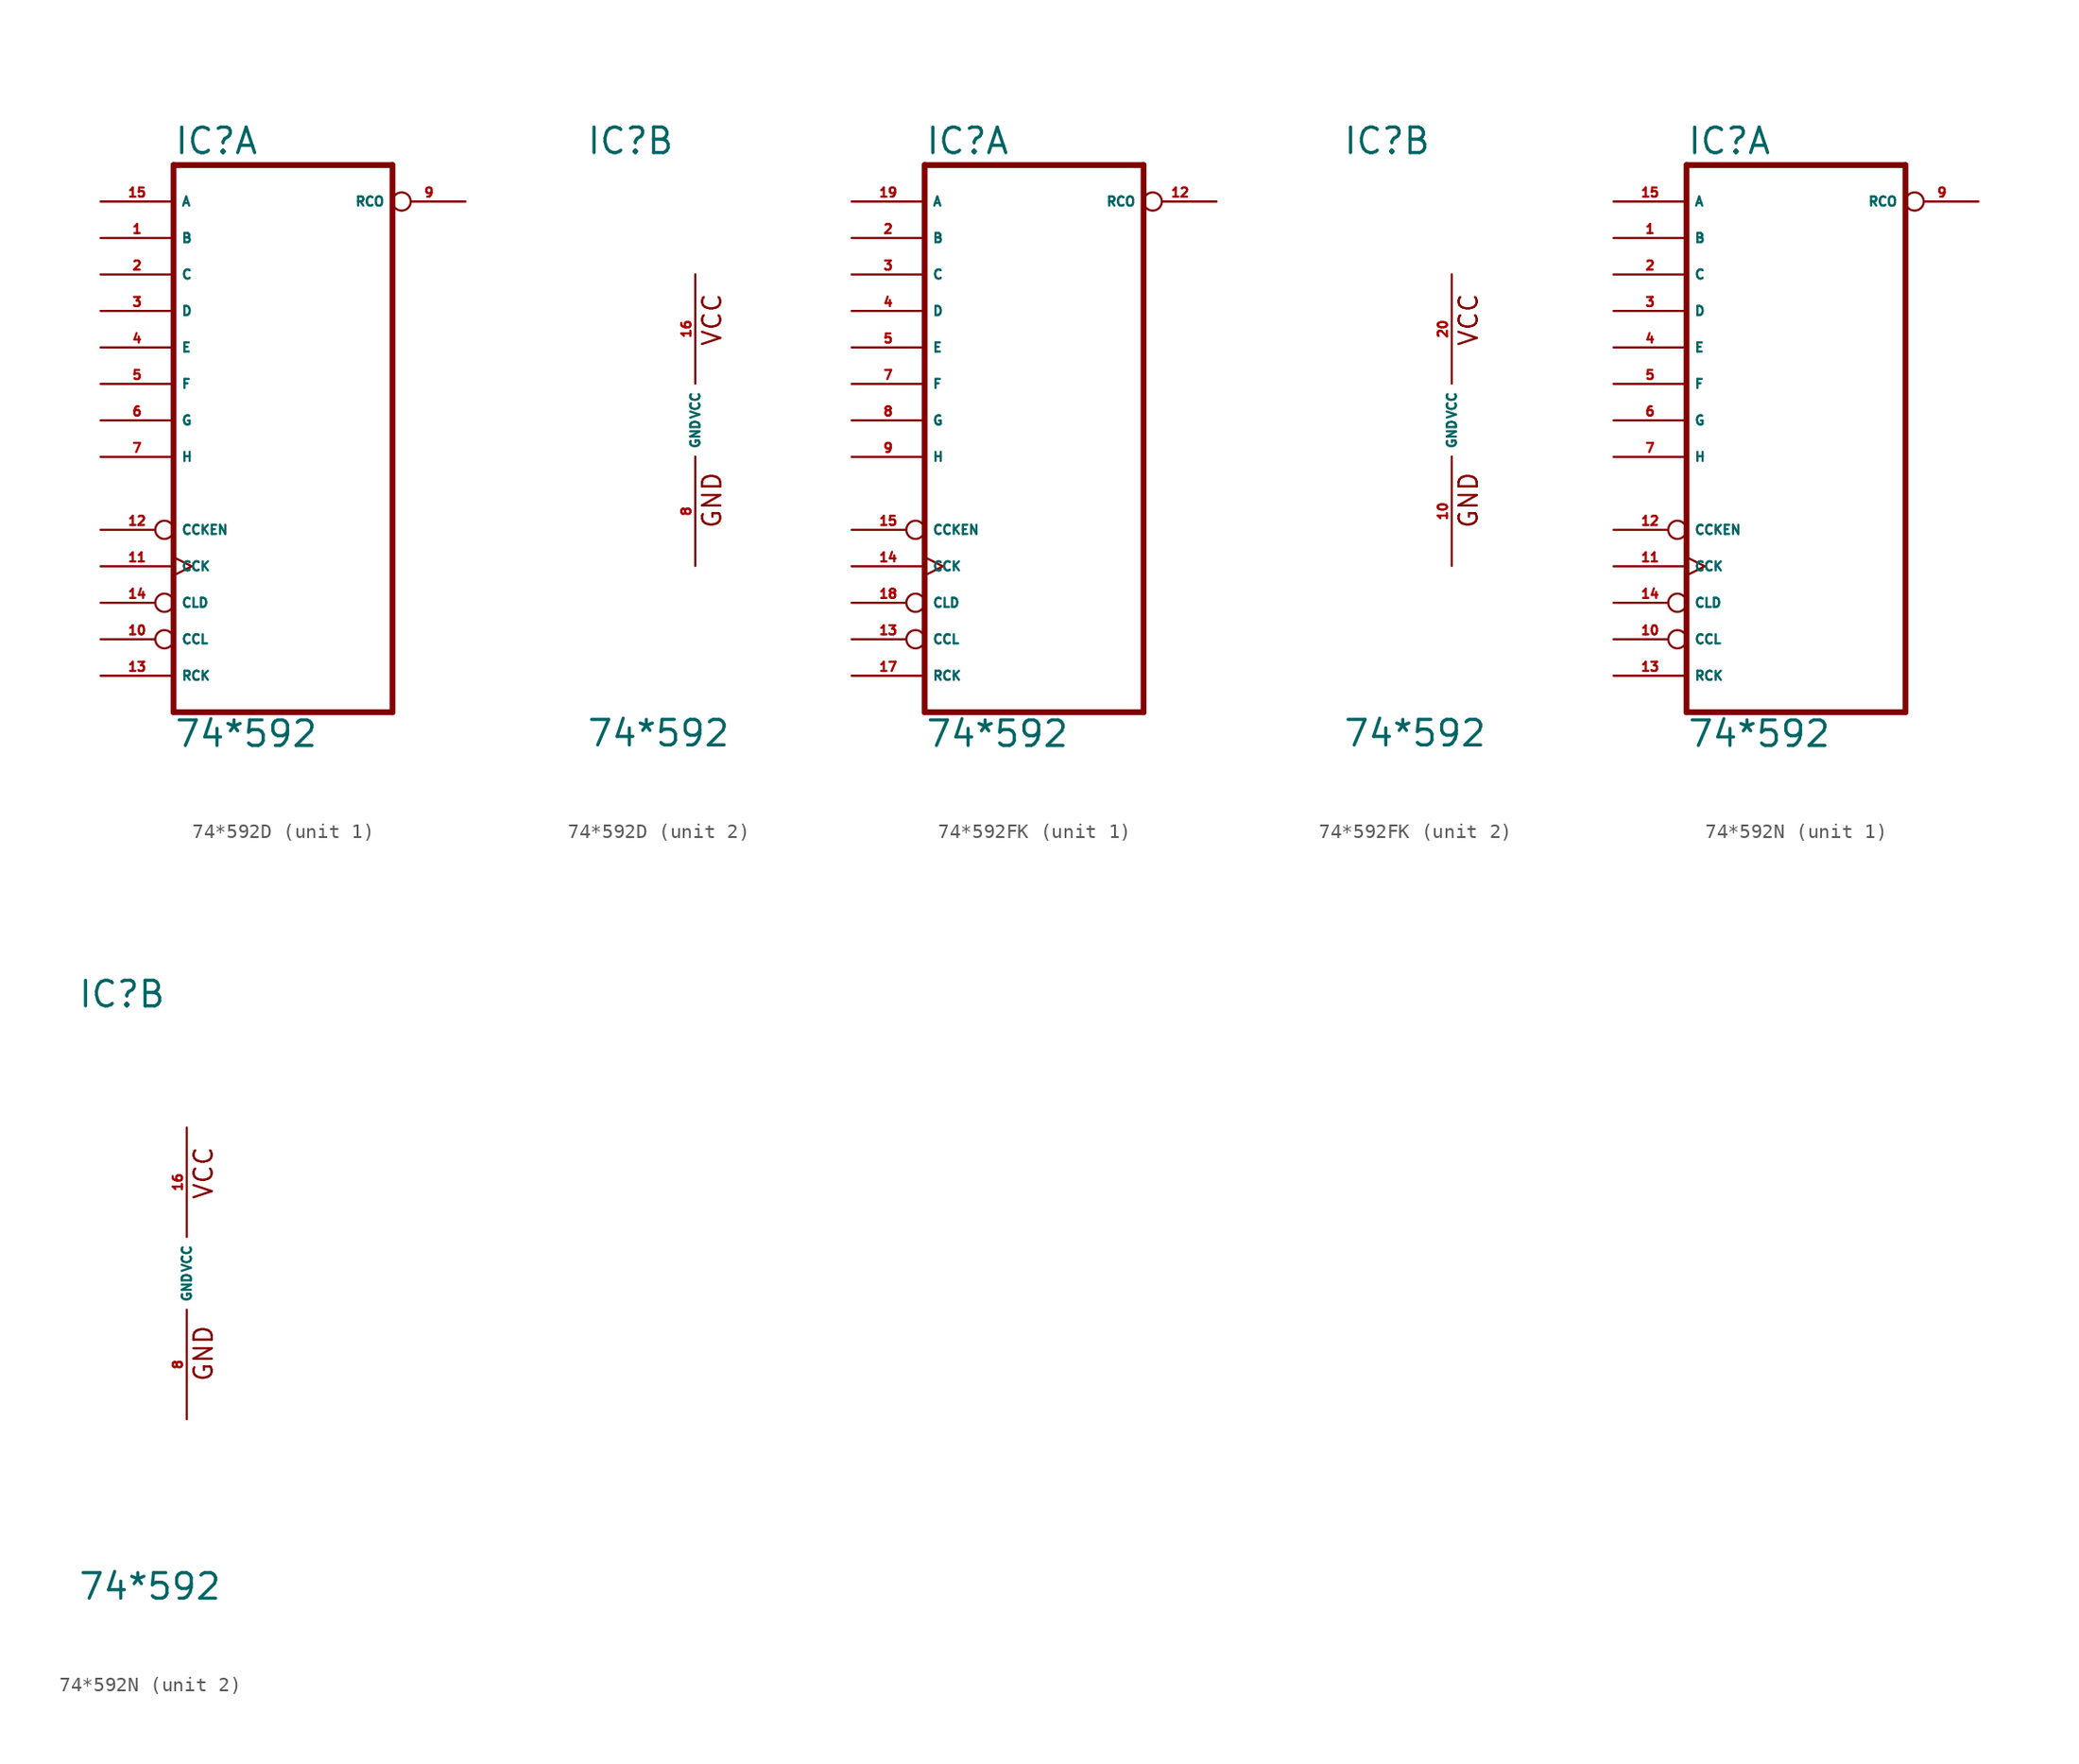
<source format=kicad_sym>
(kicad_symbol_lib
  (version 20220914)
  (generator Eagle2Kicad)
  (symbol "74*592D"
    (property "Reference" "IC"
      (at -7.62 18.415 0)
      (effects (font (size 1.778 1.778) (thickness 0.22)) (justify left bottom)))
    (property "Value" "74*592"
      (at -7.62 -22.86 0)
      (effects (font (size 1.778 1.778) (thickness 0.22)) (justify left bottom)))
    (symbol "74*592D_1_0"
      (polyline (pts (xy -7.62 -20.32) (xy 7.62 -20.32)) (stroke (width 0.406) (type default)) (fill (type none)))
      (polyline (pts (xy 7.62 -20.32) (xy 7.62 17.78)) (stroke (width 0.406) (type default)) (fill (type none)))
      (polyline (pts (xy 7.62 17.78) (xy -7.62 17.78)) (stroke (width 0.406) (type default)) (fill (type none)))
      (polyline (pts (xy -7.62 17.78) (xy -7.62 -20.32)) (stroke (width 0.406) (type default)) (fill (type none)))
      (pin input line (at -12.7 12.7 0) (length 5.08) (name "B" (effects (font (size 0.635 0.635) (thickness 0.08)) (justify left bottom))) (number "1" (effects (font (size 0.635 0.635) (thickness 0.08)) (justify left bottom))))
      (pin input line (at -12.7 10.16 0) (length 5.08) (name "C" (effects (font (size 0.635 0.635) (thickness 0.08)) (justify left bottom))) (number "2" (effects (font (size 0.635 0.635) (thickness 0.08)) (justify left bottom))))
      (pin input line (at -12.7 7.62 0) (length 5.08) (name "D" (effects (font (size 0.635 0.635) (thickness 0.08)) (justify left bottom))) (number "3" (effects (font (size 0.635 0.635) (thickness 0.08)) (justify left bottom))))
      (pin input line (at -12.7 5.08 0) (length 5.08) (name "E" (effects (font (size 0.635 0.635) (thickness 0.08)) (justify left bottom))) (number "4" (effects (font (size 0.635 0.635) (thickness 0.08)) (justify left bottom))))
      (pin input line (at -12.7 2.54 0) (length 5.08) (name "F" (effects (font (size 0.635 0.635) (thickness 0.08)) (justify left bottom))) (number "5" (effects (font (size 0.635 0.635) (thickness 0.08)) (justify left bottom))))
      (pin input line (at -12.7 0 0) (length 5.08) (name "G" (effects (font (size 0.635 0.635) (thickness 0.08)) (justify left bottom))) (number "6" (effects (font (size 0.635 0.635) (thickness 0.08)) (justify left bottom))))
      (pin input line (at -12.7 -2.54 0) (length 5.08) (name "H" (effects (font (size 0.635 0.635) (thickness 0.08)) (justify left bottom))) (number "7" (effects (font (size 0.635 0.635) (thickness 0.08)) (justify left bottom))))
      (pin output inverted (at 12.7 15.24 180) (length 5.08) (name "RCO" (effects (font (size 0.635 0.635) (thickness 0.08)) (justify left bottom))) (number "9" (effects (font (size 0.635 0.635) (thickness 0.08)) (justify left bottom))))
      (pin input inverted (at -12.7 -15.24 0) (length 5.08) (name "CCL" (effects (font (size 0.635 0.635) (thickness 0.08)) (justify left bottom))) (number "10" (effects (font (size 0.635 0.635) (thickness 0.08)) (justify left bottom))))
      (pin input clock (at -12.7 -10.16 0) (length 5.08) (name "CCK" (effects (font (size 0.635 0.635) (thickness 0.08)) (justify left bottom))) (number "11" (effects (font (size 0.635 0.635) (thickness 0.08)) (justify left bottom))))
      (pin input inverted (at -12.7 -7.62 0) (length 5.08) (name "CCKEN" (effects (font (size 0.635 0.635) (thickness 0.08)) (justify left bottom))) (number "12" (effects (font (size 0.635 0.635) (thickness 0.08)) (justify left bottom))))
      (pin input line (at -12.7 -17.78 0) (length 5.08) (name "RCK" (effects (font (size 0.635 0.635) (thickness 0.08)) (justify left bottom))) (number "13" (effects (font (size 0.635 0.635) (thickness 0.08)) (justify left bottom))))
      (pin input inverted (at -12.7 -12.7 0) (length 5.08) (name "CLD" (effects (font (size 0.635 0.635) (thickness 0.08)) (justify left bottom))) (number "14" (effects (font (size 0.635 0.635) (thickness 0.08)) (justify left bottom))))
      (pin input line (at -12.7 15.24 0) (length 5.08) (name "A" (effects (font (size 0.635 0.635) (thickness 0.08)) (justify left bottom))) (number "15" (effects (font (size 0.635 0.635) (thickness 0.08)) (justify left bottom)))))
    (symbol "74*592D_2_0"
      (text "GND" (at 1.905 -7.62 900) (effects (font (size 1.27 1.27) (thickness 0.16)) (justify left bottom)))
      (text "VCC" (at 1.905 5.08 900) (effects (font (size 1.27 1.27) (thickness 0.16)) (justify left bottom)))
      (pin unspecified line (at 0 -10.16 90) (length 7.62) (name "GND" (effects (font (size 0.635 0.635) (thickness 0.08)) (justify left bottom))) (number "8" (effects (font (size 0.635 0.635) (thickness 0.08)) (justify left bottom))))
      (pin unspecified line (at 0 10.16 270) (length 7.62) (name "VCC" (effects (font (size 0.635 0.635) (thickness 0.08)) (justify left bottom))) (number "16" (effects (font (size 0.635 0.635) (thickness 0.08)) (justify left bottom))))))
  (symbol "74*592FK"
    (property "Reference" "IC"
      (at -7.62 18.415 0)
      (effects (font (size 1.778 1.778) (thickness 0.22)) (justify left bottom)))
    (property "Value" "74*592"
      (at -7.62 -22.86 0)
      (effects (font (size 1.778 1.778) (thickness 0.22)) (justify left bottom)))
    (symbol "74*592FK_1_0"
      (polyline (pts (xy -7.62 -20.32) (xy 7.62 -20.32)) (stroke (width 0.406) (type default)) (fill (type none)))
      (polyline (pts (xy 7.62 -20.32) (xy 7.62 17.78)) (stroke (width 0.406) (type default)) (fill (type none)))
      (polyline (pts (xy 7.62 17.78) (xy -7.62 17.78)) (stroke (width 0.406) (type default)) (fill (type none)))
      (polyline (pts (xy -7.62 17.78) (xy -7.62 -20.32)) (stroke (width 0.406) (type default)) (fill (type none)))
      (pin input line (at -12.7 12.7 0) (length 5.08) (name "B" (effects (font (size 0.635 0.635) (thickness 0.08)) (justify left bottom))) (number "2" (effects (font (size 0.635 0.635) (thickness 0.08)) (justify left bottom))))
      (pin input line (at -12.7 10.16 0) (length 5.08) (name "C" (effects (font (size 0.635 0.635) (thickness 0.08)) (justify left bottom))) (number "3" (effects (font (size 0.635 0.635) (thickness 0.08)) (justify left bottom))))
      (pin input line (at -12.7 7.62 0) (length 5.08) (name "D" (effects (font (size 0.635 0.635) (thickness 0.08)) (justify left bottom))) (number "4" (effects (font (size 0.635 0.635) (thickness 0.08)) (justify left bottom))))
      (pin input line (at -12.7 5.08 0) (length 5.08) (name "E" (effects (font (size 0.635 0.635) (thickness 0.08)) (justify left bottom))) (number "5" (effects (font (size 0.635 0.635) (thickness 0.08)) (justify left bottom))))
      (pin input line (at -12.7 2.54 0) (length 5.08) (name "F" (effects (font (size 0.635 0.635) (thickness 0.08)) (justify left bottom))) (number "7" (effects (font (size 0.635 0.635) (thickness 0.08)) (justify left bottom))))
      (pin input line (at -12.7 0 0) (length 5.08) (name "G" (effects (font (size 0.635 0.635) (thickness 0.08)) (justify left bottom))) (number "8" (effects (font (size 0.635 0.635) (thickness 0.08)) (justify left bottom))))
      (pin input line (at -12.7 -2.54 0) (length 5.08) (name "H" (effects (font (size 0.635 0.635) (thickness 0.08)) (justify left bottom))) (number "9" (effects (font (size 0.635 0.635) (thickness 0.08)) (justify left bottom))))
      (pin output inverted (at 12.7 15.24 180) (length 5.08) (name "RCO" (effects (font (size 0.635 0.635) (thickness 0.08)) (justify left bottom))) (number "12" (effects (font (size 0.635 0.635) (thickness 0.08)) (justify left bottom))))
      (pin input inverted (at -12.7 -15.24 0) (length 5.08) (name "CCL" (effects (font (size 0.635 0.635) (thickness 0.08)) (justify left bottom))) (number "13" (effects (font (size 0.635 0.635) (thickness 0.08)) (justify left bottom))))
      (pin input clock (at -12.7 -10.16 0) (length 5.08) (name "CCK" (effects (font (size 0.635 0.635) (thickness 0.08)) (justify left bottom))) (number "14" (effects (font (size 0.635 0.635) (thickness 0.08)) (justify left bottom))))
      (pin input inverted (at -12.7 -7.62 0) (length 5.08) (name "CCKEN" (effects (font (size 0.635 0.635) (thickness 0.08)) (justify left bottom))) (number "15" (effects (font (size 0.635 0.635) (thickness 0.08)) (justify left bottom))))
      (pin input line (at -12.7 -17.78 0) (length 5.08) (name "RCK" (effects (font (size 0.635 0.635) (thickness 0.08)) (justify left bottom))) (number "17" (effects (font (size 0.635 0.635) (thickness 0.08)) (justify left bottom))))
      (pin input inverted (at -12.7 -12.7 0) (length 5.08) (name "CLD" (effects (font (size 0.635 0.635) (thickness 0.08)) (justify left bottom))) (number "18" (effects (font (size 0.635 0.635) (thickness 0.08)) (justify left bottom))))
      (pin input line (at -12.7 15.24 0) (length 5.08) (name "A" (effects (font (size 0.635 0.635) (thickness 0.08)) (justify left bottom))) (number "19" (effects (font (size 0.635 0.635) (thickness 0.08)) (justify left bottom)))))
    (symbol "74*592FK_2_0"
      (text "GND" (at 1.905 -7.62 900) (effects (font (size 1.27 1.27) (thickness 0.16)) (justify left bottom)))
      (text "VCC" (at 1.905 5.08 900) (effects (font (size 1.27 1.27) (thickness 0.16)) (justify left bottom)))
      (pin unspecified line (at 0 -10.16 90) (length 7.62) (name "GND" (effects (font (size 0.635 0.635) (thickness 0.08)) (justify left bottom))) (number "10" (effects (font (size 0.635 0.635) (thickness 0.08)) (justify left bottom))))
      (pin unspecified line (at 0 10.16 270) (length 7.62) (name "VCC" (effects (font (size 0.635 0.635) (thickness 0.08)) (justify left bottom))) (number "20" (effects (font (size 0.635 0.635) (thickness 0.08)) (justify left bottom))))))
  (symbol "74*592N"
    (property "Reference" "IC"
      (at -7.62 18.415 0)
      (effects (font (size 1.778 1.778) (thickness 0.22)) (justify left bottom)))
    (property "Value" "74*592"
      (at -7.62 -22.86 0)
      (effects (font (size 1.778 1.778) (thickness 0.22)) (justify left bottom)))
    (symbol "74*592N_1_0"
      (polyline (pts (xy -7.62 -20.32) (xy 7.62 -20.32)) (stroke (width 0.406) (type default)) (fill (type none)))
      (polyline (pts (xy 7.62 -20.32) (xy 7.62 17.78)) (stroke (width 0.406) (type default)) (fill (type none)))
      (polyline (pts (xy 7.62 17.78) (xy -7.62 17.78)) (stroke (width 0.406) (type default)) (fill (type none)))
      (polyline (pts (xy -7.62 17.78) (xy -7.62 -20.32)) (stroke (width 0.406) (type default)) (fill (type none)))
      (pin input line (at -12.7 12.7 0) (length 5.08) (name "B" (effects (font (size 0.635 0.635) (thickness 0.08)) (justify left bottom))) (number "1" (effects (font (size 0.635 0.635) (thickness 0.08)) (justify left bottom))))
      (pin input line (at -12.7 10.16 0) (length 5.08) (name "C" (effects (font (size 0.635 0.635) (thickness 0.08)) (justify left bottom))) (number "2" (effects (font (size 0.635 0.635) (thickness 0.08)) (justify left bottom))))
      (pin input line (at -12.7 7.62 0) (length 5.08) (name "D" (effects (font (size 0.635 0.635) (thickness 0.08)) (justify left bottom))) (number "3" (effects (font (size 0.635 0.635) (thickness 0.08)) (justify left bottom))))
      (pin input line (at -12.7 5.08 0) (length 5.08) (name "E" (effects (font (size 0.635 0.635) (thickness 0.08)) (justify left bottom))) (number "4" (effects (font (size 0.635 0.635) (thickness 0.08)) (justify left bottom))))
      (pin input line (at -12.7 2.54 0) (length 5.08) (name "F" (effects (font (size 0.635 0.635) (thickness 0.08)) (justify left bottom))) (number "5" (effects (font (size 0.635 0.635) (thickness 0.08)) (justify left bottom))))
      (pin input line (at -12.7 0 0) (length 5.08) (name "G" (effects (font (size 0.635 0.635) (thickness 0.08)) (justify left bottom))) (number "6" (effects (font (size 0.635 0.635) (thickness 0.08)) (justify left bottom))))
      (pin input line (at -12.7 -2.54 0) (length 5.08) (name "H" (effects (font (size 0.635 0.635) (thickness 0.08)) (justify left bottom))) (number "7" (effects (font (size 0.635 0.635) (thickness 0.08)) (justify left bottom))))
      (pin output inverted (at 12.7 15.24 180) (length 5.08) (name "RCO" (effects (font (size 0.635 0.635) (thickness 0.08)) (justify left bottom))) (number "9" (effects (font (size 0.635 0.635) (thickness 0.08)) (justify left bottom))))
      (pin input inverted (at -12.7 -15.24 0) (length 5.08) (name "CCL" (effects (font (size 0.635 0.635) (thickness 0.08)) (justify left bottom))) (number "10" (effects (font (size 0.635 0.635) (thickness 0.08)) (justify left bottom))))
      (pin input clock (at -12.7 -10.16 0) (length 5.08) (name "CCK" (effects (font (size 0.635 0.635) (thickness 0.08)) (justify left bottom))) (number "11" (effects (font (size 0.635 0.635) (thickness 0.08)) (justify left bottom))))
      (pin input inverted (at -12.7 -7.62 0) (length 5.08) (name "CCKEN" (effects (font (size 0.635 0.635) (thickness 0.08)) (justify left bottom))) (number "12" (effects (font (size 0.635 0.635) (thickness 0.08)) (justify left bottom))))
      (pin input line (at -12.7 -17.78 0) (length 5.08) (name "RCK" (effects (font (size 0.635 0.635) (thickness 0.08)) (justify left bottom))) (number "13" (effects (font (size 0.635 0.635) (thickness 0.08)) (justify left bottom))))
      (pin input inverted (at -12.7 -12.7 0) (length 5.08) (name "CLD" (effects (font (size 0.635 0.635) (thickness 0.08)) (justify left bottom))) (number "14" (effects (font (size 0.635 0.635) (thickness 0.08)) (justify left bottom))))
      (pin input line (at -12.7 15.24 0) (length 5.08) (name "A" (effects (font (size 0.635 0.635) (thickness 0.08)) (justify left bottom))) (number "15" (effects (font (size 0.635 0.635) (thickness 0.08)) (justify left bottom)))))
    (symbol "74*592N_2_0"
      (text "GND" (at 1.905 -7.62 900) (effects (font (size 1.27 1.27) (thickness 0.16)) (justify left bottom)))
      (text "VCC" (at 1.905 5.08 900) (effects (font (size 1.27 1.27) (thickness 0.16)) (justify left bottom)))
      (pin unspecified line (at 0 -10.16 90) (length 7.62) (name "GND" (effects (font (size 0.635 0.635) (thickness 0.08)) (justify left bottom))) (number "8" (effects (font (size 0.635 0.635) (thickness 0.08)) (justify left bottom))))
      (pin unspecified line (at 0 10.16 270) (length 7.62) (name "VCC" (effects (font (size 0.635 0.635) (thickness 0.08)) (justify left bottom))) (number "16" (effects (font (size 0.635 0.635) (thickness 0.08)) (justify left bottom)))))))
</source>
